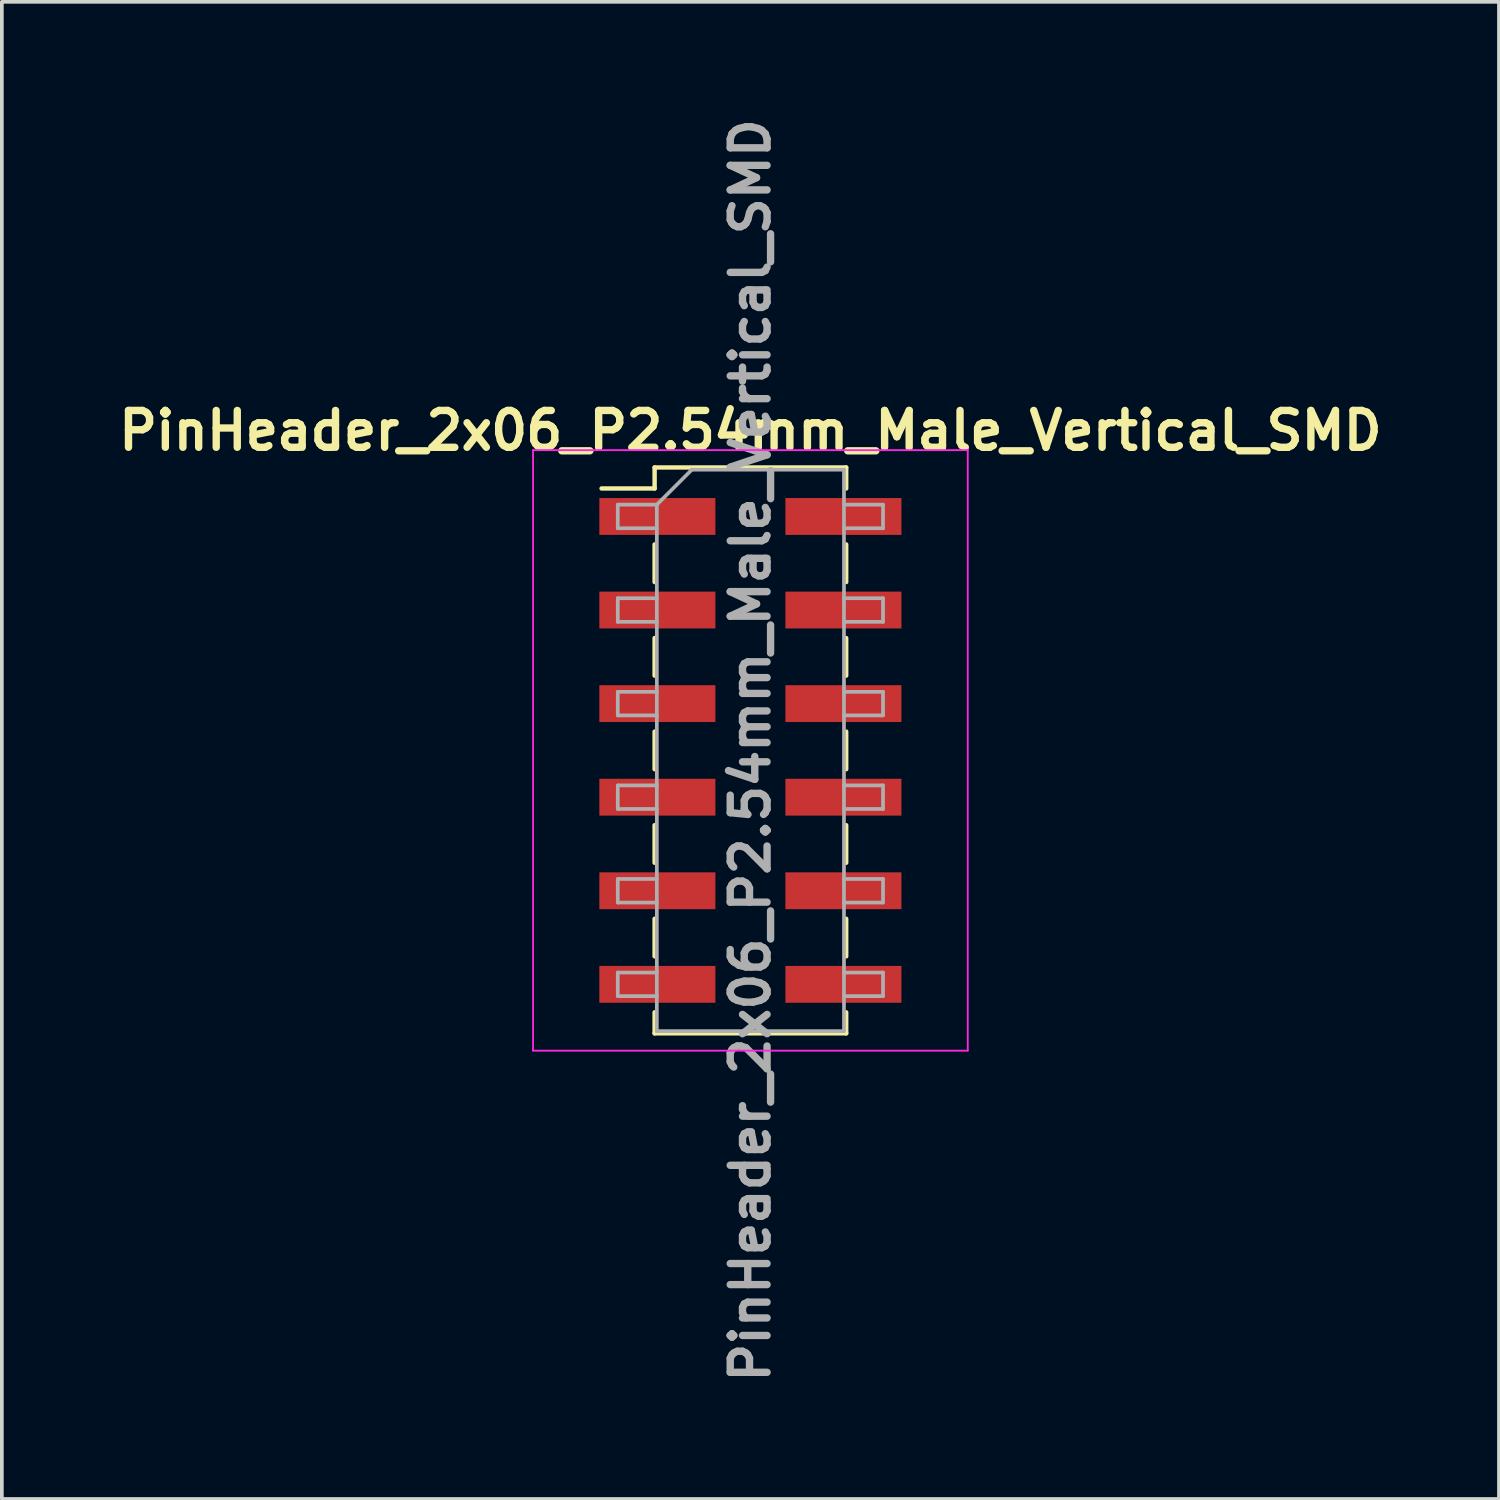
<source format=kicad_pcb>
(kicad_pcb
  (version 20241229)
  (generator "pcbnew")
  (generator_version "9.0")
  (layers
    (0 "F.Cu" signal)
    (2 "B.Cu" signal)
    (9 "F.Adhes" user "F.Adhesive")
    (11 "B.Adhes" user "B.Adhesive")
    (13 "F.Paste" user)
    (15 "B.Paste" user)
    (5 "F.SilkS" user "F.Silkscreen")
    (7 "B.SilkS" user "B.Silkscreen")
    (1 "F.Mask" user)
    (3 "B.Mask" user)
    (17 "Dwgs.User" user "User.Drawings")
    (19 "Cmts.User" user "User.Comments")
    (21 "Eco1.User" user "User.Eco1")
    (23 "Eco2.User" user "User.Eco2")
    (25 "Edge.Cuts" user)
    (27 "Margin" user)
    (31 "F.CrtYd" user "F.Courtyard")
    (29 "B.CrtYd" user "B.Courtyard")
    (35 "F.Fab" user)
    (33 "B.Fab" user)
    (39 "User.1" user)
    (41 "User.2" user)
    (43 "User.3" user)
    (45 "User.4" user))
  (footprint "PinHeader_2x06_P2.54mm_Male_Vertical_SMD"
    (layer "F.Cu")
    (at 17.319 17.319)
    (property "Reference" "PinHeader_2x06_P2.54mm_Male_Vertical_SMD" (at 0 -8.68 0) (layer "F.SilkS") (effects (font (size 1 1) (thickness 0.2))))
    (attr smd)
    (fp_line (start -4.04 -7.11) (end -2.6 -7.11) (stroke (width 0.12) (type solid)) (layer "F.SilkS"))
    (fp_line (start -2.6 -7.68) (end -2.6 -7.11) (stroke (width 0.12) (type solid)) (layer "F.SilkS"))
    (fp_line (start -2.6 -7.68) (end 2.6 -7.68) (stroke (width 0.12) (type solid)) (layer "F.SilkS"))
    (fp_line (start -2.6 -5.59) (end -2.6 -4.57) (stroke (width 0.12) (type solid)) (layer "F.SilkS"))
    (fp_line (start -2.6 -3.05) (end -2.6 -2.03) (stroke (width 0.12) (type solid)) (layer "F.SilkS"))
    (fp_line (start -2.6 -0.51) (end -2.6 0.51) (stroke (width 0.12) (type solid)) (layer "F.SilkS"))
    (fp_line (start -2.6 2.03) (end -2.6 3.05) (stroke (width 0.12) (type solid)) (layer "F.SilkS"))
    (fp_line (start -2.6 4.57) (end -2.6 5.59) (stroke (width 0.12) (type solid)) (layer "F.SilkS"))
    (fp_line (start -2.6 7.11) (end -2.6 7.68) (stroke (width 0.12) (type solid)) (layer "F.SilkS"))
    (fp_line (start -2.6 7.68) (end 2.6 7.68) (stroke (width 0.12) (type solid)) (layer "F.SilkS"))
    (fp_line (start 2.6 -7.68) (end 2.6 -7.11) (stroke (width 0.12) (type solid)) (layer "F.SilkS"))
    (fp_line (start 2.6 -5.59) (end 2.6 -4.57) (stroke (width 0.12) (type solid)) (layer "F.SilkS"))
    (fp_line (start 2.6 -3.05) (end 2.6 -2.03) (stroke (width 0.12) (type solid)) (layer "F.SilkS"))
    (fp_line (start 2.6 -0.51) (end 2.6 0.51) (stroke (width 0.12) (type solid)) (layer "F.SilkS"))
    (fp_line (start 2.6 2.03) (end 2.6 3.05) (stroke (width 0.12) (type solid)) (layer "F.SilkS"))
    (fp_line (start 2.6 4.57) (end 2.6 5.59) (stroke (width 0.12) (type solid)) (layer "F.SilkS"))
    (fp_line (start 2.6 7.11) (end 2.6 7.68) (stroke (width 0.12) (type solid)) (layer "F.SilkS"))
    (fp_line (start -5.9 -8.15) (end -5.9 8.15) (stroke (width 0.05) (type solid)) (layer "F.CrtYd"))
    (fp_line (start -5.9 8.15) (end 5.9 8.15) (stroke (width 0.05) (type solid)) (layer "F.CrtYd"))
    (fp_line (start 5.9 -8.15) (end -5.9 -8.15) (stroke (width 0.05) (type solid)) (layer "F.CrtYd"))
    (fp_line (start 5.9 8.15) (end 5.9 -8.15) (stroke (width 0.05) (type solid)) (layer "F.CrtYd"))
    (fp_line (start -3.6 -6.67) (end -3.6 -6.03) (stroke (width 0.1) (type solid)) (layer "F.Fab"))
    (fp_line (start -3.6 -6.03) (end -2.54 -6.03) (stroke (width 0.1) (type solid)) (layer "F.Fab"))
    (fp_line (start -3.6 -4.13) (end -3.6 -3.49) (stroke (width 0.1) (type solid)) (layer "F.Fab"))
    (fp_line (start -3.6 -3.49) (end -2.54 -3.49) (stroke (width 0.1) (type solid)) (layer "F.Fab"))
    (fp_line (start -3.6 -1.59) (end -3.6 -0.95) (stroke (width 0.1) (type solid)) (layer "F.Fab"))
    (fp_line (start -3.6 -0.95) (end -2.54 -0.95) (stroke (width 0.1) (type solid)) (layer "F.Fab"))
    (fp_line (start -3.6 0.95) (end -3.6 1.59) (stroke (width 0.1) (type solid)) (layer "F.Fab"))
    (fp_line (start -3.6 1.59) (end -2.54 1.59) (stroke (width 0.1) (type solid)) (layer "F.Fab"))
    (fp_line (start -3.6 3.49) (end -3.6 4.13) (stroke (width 0.1) (type solid)) (layer "F.Fab"))
    (fp_line (start -3.6 4.13) (end -2.54 4.13) (stroke (width 0.1) (type solid)) (layer "F.Fab"))
    (fp_line (start -3.6 6.03) (end -3.6 6.67) (stroke (width 0.1) (type solid)) (layer "F.Fab"))
    (fp_line (start -3.6 6.67) (end -2.54 6.67) (stroke (width 0.1) (type solid)) (layer "F.Fab"))
    (fp_line (start -2.54 -6.67) (end -3.6 -6.67) (stroke (width 0.1) (type solid)) (layer "F.Fab"))
    (fp_line (start -2.54 -6.67) (end -1.59 -7.62) (stroke (width 0.1) (type solid)) (layer "F.Fab"))
    (fp_line (start -2.54 -4.13) (end -3.6 -4.13) (stroke (width 0.1) (type solid)) (layer "F.Fab"))
    (fp_line (start -2.54 -1.59) (end -3.6 -1.59) (stroke (width 0.1) (type solid)) (layer "F.Fab"))
    (fp_line (start -2.54 0.95) (end -3.6 0.95) (stroke (width 0.1) (type solid)) (layer "F.Fab"))
    (fp_line (start -2.54 3.49) (end -3.6 3.49) (stroke (width 0.1) (type solid)) (layer "F.Fab"))
    (fp_line (start -2.54 6.03) (end -3.6 6.03) (stroke (width 0.1) (type solid)) (layer "F.Fab"))
    (fp_line (start -2.54 7.62) (end -2.54 -6.67) (stroke (width 0.1) (type solid)) (layer "F.Fab"))
    (fp_line (start -1.59 -7.62) (end 2.54 -7.62) (stroke (width 0.1) (type solid)) (layer "F.Fab"))
    (fp_line (start 2.54 -7.62) (end 2.54 7.62) (stroke (width 0.1) (type solid)) (layer "F.Fab"))
    (fp_line (start 2.54 -6.67) (end 3.6 -6.67) (stroke (width 0.1) (type solid)) (layer "F.Fab"))
    (fp_line (start 2.54 -4.13) (end 3.6 -4.13) (stroke (width 0.1) (type solid)) (layer "F.Fab"))
    (fp_line (start 2.54 -1.59) (end 3.6 -1.59) (stroke (width 0.1) (type solid)) (layer "F.Fab"))
    (fp_line (start 2.54 0.95) (end 3.6 0.95) (stroke (width 0.1) (type solid)) (layer "F.Fab"))
    (fp_line (start 2.54 3.49) (end 3.6 3.49) (stroke (width 0.1) (type solid)) (layer "F.Fab"))
    (fp_line (start 2.54 6.03) (end 3.6 6.03) (stroke (width 0.1) (type solid)) (layer "F.Fab"))
    (fp_line (start 2.54 7.62) (end -2.54 7.62) (stroke (width 0.1) (type solid)) (layer "F.Fab"))
    (fp_line (start 3.6 -6.67) (end 3.6 -6.03) (stroke (width 0.1) (type solid)) (layer "F.Fab"))
    (fp_line (start 3.6 -6.03) (end 2.54 -6.03) (stroke (width 0.1) (type solid)) (layer "F.Fab"))
    (fp_line (start 3.6 -4.13) (end 3.6 -3.49) (stroke (width 0.1) (type solid)) (layer "F.Fab"))
    (fp_line (start 3.6 -3.49) (end 2.54 -3.49) (stroke (width 0.1) (type solid)) (layer "F.Fab"))
    (fp_line (start 3.6 -1.59) (end 3.6 -0.95) (stroke (width 0.1) (type solid)) (layer "F.Fab"))
    (fp_line (start 3.6 -0.95) (end 2.54 -0.95) (stroke (width 0.1) (type solid)) (layer "F.Fab"))
    (fp_line (start 3.6 0.95) (end 3.6 1.59) (stroke (width 0.1) (type solid)) (layer "F.Fab"))
    (fp_line (start 3.6 1.59) (end 2.54 1.59) (stroke (width 0.1) (type solid)) (layer "F.Fab"))
    (fp_line (start 3.6 3.49) (end 3.6 4.13) (stroke (width 0.1) (type solid)) (layer "F.Fab"))
    (fp_line (start 3.6 4.13) (end 2.54 4.13) (stroke (width 0.1) (type solid)) (layer "F.Fab"))
    (fp_line (start 3.6 6.03) (end 3.6 6.67) (stroke (width 0.1) (type solid)) (layer "F.Fab"))
    (fp_line (start 3.6 6.67) (end 2.54 6.67) (stroke (width 0.1) (type solid)) (layer "F.Fab"))
    (fp_text user "${REFERENCE}" (at 0 0 90) (layer "F.Fab") (effects (font (size 1 1) (thickness 0.2))))
    (pad "1" smd rect (at -2.525 -6.35) (size 3.15 1) (layers "F.Cu" "F.Mask" "F.Paste"))
    (pad "2" smd rect (at 2.525 -6.35) (size 3.15 1) (layers "F.Cu" "F.Mask" "F.Paste"))
    (pad "3" smd rect (at -2.525 -3.81) (size 3.15 1) (layers "F.Cu" "F.Mask" "F.Paste"))
    (pad "4" smd rect (at 2.525 -3.81) (size 3.15 1) (layers "F.Cu" "F.Mask" "F.Paste"))
    (pad "5" smd rect (at -2.525 -1.27) (size 3.15 1) (layers "F.Cu" "F.Mask" "F.Paste"))
    (pad "6" smd rect (at 2.525 -1.27) (size 3.15 1) (layers "F.Cu" "F.Mask" "F.Paste"))
    (pad "7" smd rect (at -2.525 1.27) (size 3.15 1) (layers "F.Cu" "F.Mask" "F.Paste"))
    (pad "8" smd rect (at 2.525 1.27) (size 3.15 1) (layers "F.Cu" "F.Mask" "F.Paste"))
    (pad "9" smd rect (at -2.525 3.81) (size 3.15 1) (layers "F.Cu" "F.Mask" "F.Paste"))
    (pad "10" smd rect (at 2.525 3.81) (size 3.15 1) (layers "F.Cu" "F.Mask" "F.Paste"))
    (pad "11" smd rect (at -2.525 6.35) (size 3.15 1) (layers "F.Cu" "F.Mask" "F.Paste"))
    (pad "12" smd rect (at 2.525 6.35) (size 3.15 1) (layers "F.Cu" "F.Mask" "F.Paste")))
  (gr_rect
    (start -3 -3)
    (end 37.638 37.638)
    (stroke (width 0.1) (type default))
    (fill no)
    (layer "Edge.Cuts")))
</source>
